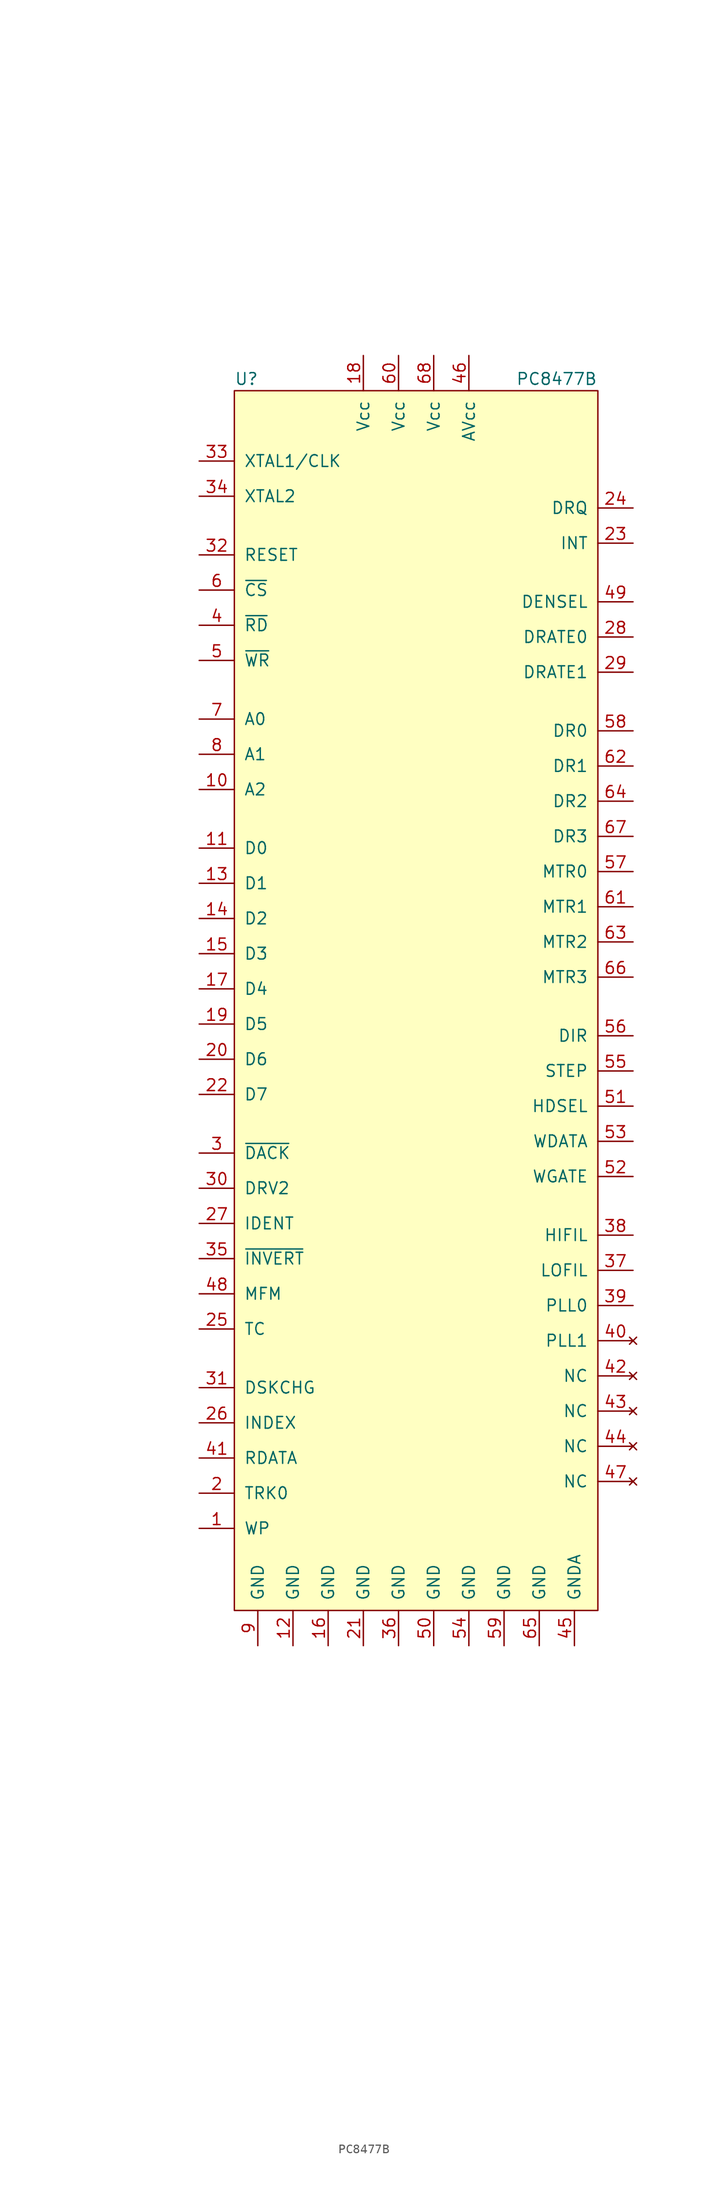
<source format=kicad_sym>
(kicad_symbol_lib
  (version 20220914)
  (generator kicad_symbol_editor)
  (symbol "PC8477B"
    (pin_names
      (offset 1.016))
    (property "Reference" "U"
      (at -19.05 66.04 0)
      (do_not_autoplace)
      (effects (font (size 1.27 1.27)) (justify left)))
    (property "Value" "PC8477B"
      (at 11.43 66.04 0)
      (do_not_autoplace)
      (effects (font (size 1.27 1.27)) (justify left)))
    (symbol "PC8477B_0_0"
      (text "" (at -34.29 83.82 0) (effects (font (size 1.27 1.27))))
      (text "" (at 7.62 -105.41 0) (effects (font (size 1.27 1.27)))))
    (symbol "PC8477B_1_1"
      (rectangle (start -19.05 64.77) (end 20.32 -67.31) (stroke (width 0) (type default)) (fill (type background)))
      (pin input line (at -22.86 -58.42 0) (length 3.81) (name "WP" (effects (font (size 1.27 1.27)))) (number "1" (effects (font (size 1.27 1.27)))))
      (pin input line (at -22.86 21.59 0) (length 3.81) (name "A2" (effects (font (size 1.27 1.27)))) (number "10" (effects (font (size 1.27 1.27)))))
      (pin bidirectional line (at -22.86 15.24 0) (length 3.81) (name "D0" (effects (font (size 1.27 1.27)))) (number "11" (effects (font (size 1.27 1.27)))))
      (pin power_in line (at -12.7 -71.12 90) (length 3.81) (name "GND" (effects (font (size 1.27 1.27)))) (number "12" (effects (font (size 1.27 1.27)))))
      (pin bidirectional line (at -22.86 11.43 0) (length 3.81) (name "D1" (effects (font (size 1.27 1.27)))) (number "13" (effects (font (size 1.27 1.27)))))
      (pin bidirectional line (at -22.86 7.62 0) (length 3.81) (name "D2" (effects (font (size 1.27 1.27)))) (number "14" (effects (font (size 1.27 1.27)))))
      (pin bidirectional line (at -22.86 3.81 0) (length 3.81) (name "D3" (effects (font (size 1.27 1.27)))) (number "15" (effects (font (size 1.27 1.27)))))
      (pin power_in line (at -8.89 -71.12 90) (length 3.81) (name "GND" (effects (font (size 1.27 1.27)))) (number "16" (effects (font (size 1.27 1.27)))))
      (pin bidirectional line (at -22.86 0 0) (length 3.81) (name "D4" (effects (font (size 1.27 1.27)))) (number "17" (effects (font (size 1.27 1.27)))))
      (pin power_in line (at -5.08 68.58 270) (length 3.81) (name "Vcc" (effects (font (size 1.27 1.27)))) (number "18" (effects (font (size 1.27 1.27)))))
      (pin bidirectional line (at -22.86 -3.81 0) (length 3.81) (name "D5" (effects (font (size 1.27 1.27)))) (number "19" (effects (font (size 1.27 1.27)))))
      (pin input line (at -22.86 -54.61 0) (length 3.81) (name "TRK0" (effects (font (size 1.27 1.27)))) (number "2" (effects (font (size 1.27 1.27)))))
      (pin bidirectional line (at -22.86 -7.62 0) (length 3.81) (name "D6" (effects (font (size 1.27 1.27)))) (number "20" (effects (font (size 1.27 1.27)))))
      (pin power_in line (at -5.08 -71.12 90) (length 3.81) (name "GND" (effects (font (size 1.27 1.27)))) (number "21" (effects (font (size 1.27 1.27)))))
      (pin bidirectional line (at -22.86 -11.43 0) (length 3.81) (name "D7" (effects (font (size 1.27 1.27)))) (number "22" (effects (font (size 1.27 1.27)))))
      (pin output line (at 24.13 48.26 180) (length 3.81) (name "INT" (effects (font (size 1.27 1.27)))) (number "23" (effects (font (size 1.27 1.27)))))
      (pin output line (at 24.13 52.07 180) (length 3.81) (name "DRQ" (effects (font (size 1.27 1.27)))) (number "24" (effects (font (size 1.27 1.27)))))
      (pin input line (at -22.86 -36.83 0) (length 3.81) (name "TC" (effects (font (size 1.27 1.27)))) (number "25" (effects (font (size 1.27 1.27)))))
      (pin input line (at -22.86 -46.99 0) (length 3.81) (name "INDEX" (effects (font (size 1.27 1.27)))) (number "26" (effects (font (size 1.27 1.27)))))
      (pin input line (at -22.86 -25.4 0) (length 3.81) (name "IDENT" (effects (font (size 1.27 1.27)))) (number "27" (effects (font (size 1.27 1.27)))))
      (pin output line (at 24.13 38.1 180) (length 3.81) (name "DRATE0" (effects (font (size 1.27 1.27)))) (number "28" (effects (font (size 1.27 1.27)))))
      (pin output line (at 24.13 34.29 180) (length 3.81) (name "DRATE1" (effects (font (size 1.27 1.27)))) (number "29" (effects (font (size 1.27 1.27)))))
      (pin input line (at -22.86 -17.78 0) (length 3.81) (name "~{DACK}" (effects (font (size 1.27 1.27)))) (number "3" (effects (font (size 1.27 1.27)))))
      (pin input line (at -22.86 -21.59 0) (length 3.81) (name "DRV2" (effects (font (size 1.27 1.27)))) (number "30" (effects (font (size 1.27 1.27)))))
      (pin input line (at -22.86 -43.18 0) (length 3.81) (name "DSKCHG" (effects (font (size 1.27 1.27)))) (number "31" (effects (font (size 1.27 1.27)))))
      (pin input line (at -22.86 46.99 0) (length 3.81) (name "RESET" (effects (font (size 1.27 1.27)))) (number "32" (effects (font (size 1.27 1.27)))))
      (pin input line (at -22.86 57.15 0) (length 3.81) (name "XTAL1/CLK" (effects (font (size 1.27 1.27)))) (number "33" (effects (font (size 1.27 1.27)))))
      (pin input line (at -22.86 53.34 0) (length 3.81) (name "XTAL2" (effects (font (size 1.27 1.27)))) (number "34" (effects (font (size 1.27 1.27)))))
      (pin input line (at -22.86 -29.21 0) (length 3.81) (name "~{INVERT}" (effects (font (size 1.27 1.27)))) (number "35" (effects (font (size 1.27 1.27)))))
      (pin power_in line (at -1.27 -71.12 90) (length 3.81) (name "GND" (effects (font (size 1.27 1.27)))) (number "36" (effects (font (size 1.27 1.27)))))
      (pin passive line (at 24.13 -30.48 180) (length 3.81) (name "LOFIL" (effects (font (size 1.27 1.27)))) (number "37" (effects (font (size 1.27 1.27)))))
      (pin passive line (at 24.13 -26.67 180) (length 3.81) (name "HIFIL" (effects (font (size 1.27 1.27)))) (number "38" (effects (font (size 1.27 1.27)))))
      (pin passive line (at 24.13 -34.29 180) (length 3.81) (name "PLL0" (effects (font (size 1.27 1.27)))) (number "39" (effects (font (size 1.27 1.27)))))
      (pin input line (at -22.86 39.37 0) (length 3.81) (name "~{RD}" (effects (font (size 1.27 1.27)))) (number "4" (effects (font (size 1.27 1.27)))))
      (pin no_connect line (at 24.13 -38.1 180) (length 3.81) (name "PLL1" (effects (font (size 1.27 1.27)))) (number "40" (effects (font (size 1.27 1.27)))))
      (pin input line (at -22.86 -50.8 0) (length 3.81) (name "RDATA" (effects (font (size 1.27 1.27)))) (number "41" (effects (font (size 1.27 1.27)))))
      (pin no_connect line (at 24.13 -41.91 180) (length 3.81) (name "NC" (effects (font (size 1.27 1.27)))) (number "42" (effects (font (size 1.27 1.27)))))
      (pin no_connect line (at 24.13 -45.72 180) (length 3.81) (name "NC" (effects (font (size 1.27 1.27)))) (number "43" (effects (font (size 1.27 1.27)))))
      (pin no_connect line (at 24.13 -49.53 180) (length 3.81) (name "NC" (effects (font (size 1.27 1.27)))) (number "44" (effects (font (size 1.27 1.27)))))
      (pin power_in line (at 17.78 -71.12 90) (length 3.81) (name "GNDA" (effects (font (size 1.27 1.27)))) (number "45" (effects (font (size 1.27 1.27)))))
      (pin power_in line (at 6.35 68.58 270) (length 3.81) (name "AVcc" (effects (font (size 1.27 1.27)))) (number "46" (effects (font (size 1.27 1.27)))))
      (pin no_connect line (at 24.13 -53.34 180) (length 3.81) (name "NC" (effects (font (size 1.27 1.27)))) (number "47" (effects (font (size 1.27 1.27)))))
      (pin bidirectional line (at -22.86 -33.02 0) (length 3.81) (name "MFM" (effects (font (size 1.27 1.27)))) (number "48" (effects (font (size 1.27 1.27)))))
      (pin output line (at 24.13 41.91 180) (length 3.81) (name "DENSEL" (effects (font (size 1.27 1.27)))) (number "49" (effects (font (size 1.27 1.27)))))
      (pin input line (at -22.86 35.56 0) (length 3.81) (name "~{WR}" (effects (font (size 1.27 1.27)))) (number "5" (effects (font (size 1.27 1.27)))))
      (pin power_in line (at 2.54 -71.12 90) (length 3.81) (name "GND" (effects (font (size 1.27 1.27)))) (number "50" (effects (font (size 1.27 1.27)))))
      (pin output line (at 24.13 -12.7 180) (length 3.81) (name "HDSEL" (effects (font (size 1.27 1.27)))) (number "51" (effects (font (size 1.27 1.27)))))
      (pin output line (at 24.13 -20.32 180) (length 3.81) (name "WGATE" (effects (font (size 1.27 1.27)))) (number "52" (effects (font (size 1.27 1.27)))))
      (pin output line (at 24.13 -16.51 180) (length 3.81) (name "WDATA" (effects (font (size 1.27 1.27)))) (number "53" (effects (font (size 1.27 1.27)))))
      (pin power_in line (at 6.35 -71.12 90) (length 3.81) (name "GND" (effects (font (size 1.27 1.27)))) (number "54" (effects (font (size 1.27 1.27)))))
      (pin output line (at 24.13 -8.89 180) (length 3.81) (name "STEP" (effects (font (size 1.27 1.27)))) (number "55" (effects (font (size 1.27 1.27)))))
      (pin output line (at 24.13 -5.08 180) (length 3.81) (name "DIR" (effects (font (size 1.27 1.27)))) (number "56" (effects (font (size 1.27 1.27)))))
      (pin output line (at 24.13 12.7 180) (length 3.81) (name "MTR0" (effects (font (size 1.27 1.27)))) (number "57" (effects (font (size 1.27 1.27)))))
      (pin output line (at 24.13 27.94 180) (length 3.81) (name "DR0" (effects (font (size 1.27 1.27)))) (number "58" (effects (font (size 1.27 1.27)))))
      (pin power_in line (at 10.16 -71.12 90) (length 3.81) (name "GND" (effects (font (size 1.27 1.27)))) (number "59" (effects (font (size 1.27 1.27)))))
      (pin input line (at -22.86 43.18 0) (length 3.81) (name "~{CS}" (effects (font (size 1.27 1.27)))) (number "6" (effects (font (size 1.27 1.27)))))
      (pin power_in line (at -1.27 68.58 270) (length 3.81) (name "Vcc" (effects (font (size 1.27 1.27)))) (number "60" (effects (font (size 1.27 1.27)))))
      (pin output line (at 24.13 8.89 180) (length 3.81) (name "MTR1" (effects (font (size 1.27 1.27)))) (number "61" (effects (font (size 1.27 1.27)))))
      (pin output line (at 24.13 24.13 180) (length 3.81) (name "DR1" (effects (font (size 1.27 1.27)))) (number "62" (effects (font (size 1.27 1.27)))))
      (pin output line (at 24.13 5.08 180) (length 3.81) (name "MTR2" (effects (font (size 1.27 1.27)))) (number "63" (effects (font (size 1.27 1.27)))))
      (pin output line (at 24.13 20.32 180) (length 3.81) (name "DR2" (effects (font (size 1.27 1.27)))) (number "64" (effects (font (size 1.27 1.27)))))
      (pin power_in line (at 13.97 -71.12 90) (length 3.81) (name "GND" (effects (font (size 1.27 1.27)))) (number "65" (effects (font (size 1.27 1.27)))))
      (pin output line (at 24.13 1.27 180) (length 3.81) (name "MTR3" (effects (font (size 1.27 1.27)))) (number "66" (effects (font (size 1.27 1.27)))))
      (pin output line (at 24.13 16.51 180) (length 3.81) (name "DR3" (effects (font (size 1.27 1.27)))) (number "67" (effects (font (size 1.27 1.27)))))
      (pin power_in line (at 2.54 68.58 270) (length 3.81) (name "Vcc" (effects (font (size 1.27 1.27)))) (number "68" (effects (font (size 1.27 1.27)))))
      (pin input line (at -22.86 29.21 0) (length 3.81) (name "A0" (effects (font (size 1.27 1.27)))) (number "7" (effects (font (size 1.27 1.27)))))
      (pin input line (at -22.86 25.4 0) (length 3.81) (name "A1" (effects (font (size 1.27 1.27)))) (number "8" (effects (font (size 1.27 1.27)))))
      (pin power_in line (at -16.51 -71.12 90) (length 3.81) (name "GND" (effects (font (size 1.27 1.27)))) (number "9" (effects (font (size 1.27 1.27))))))))
</source>
